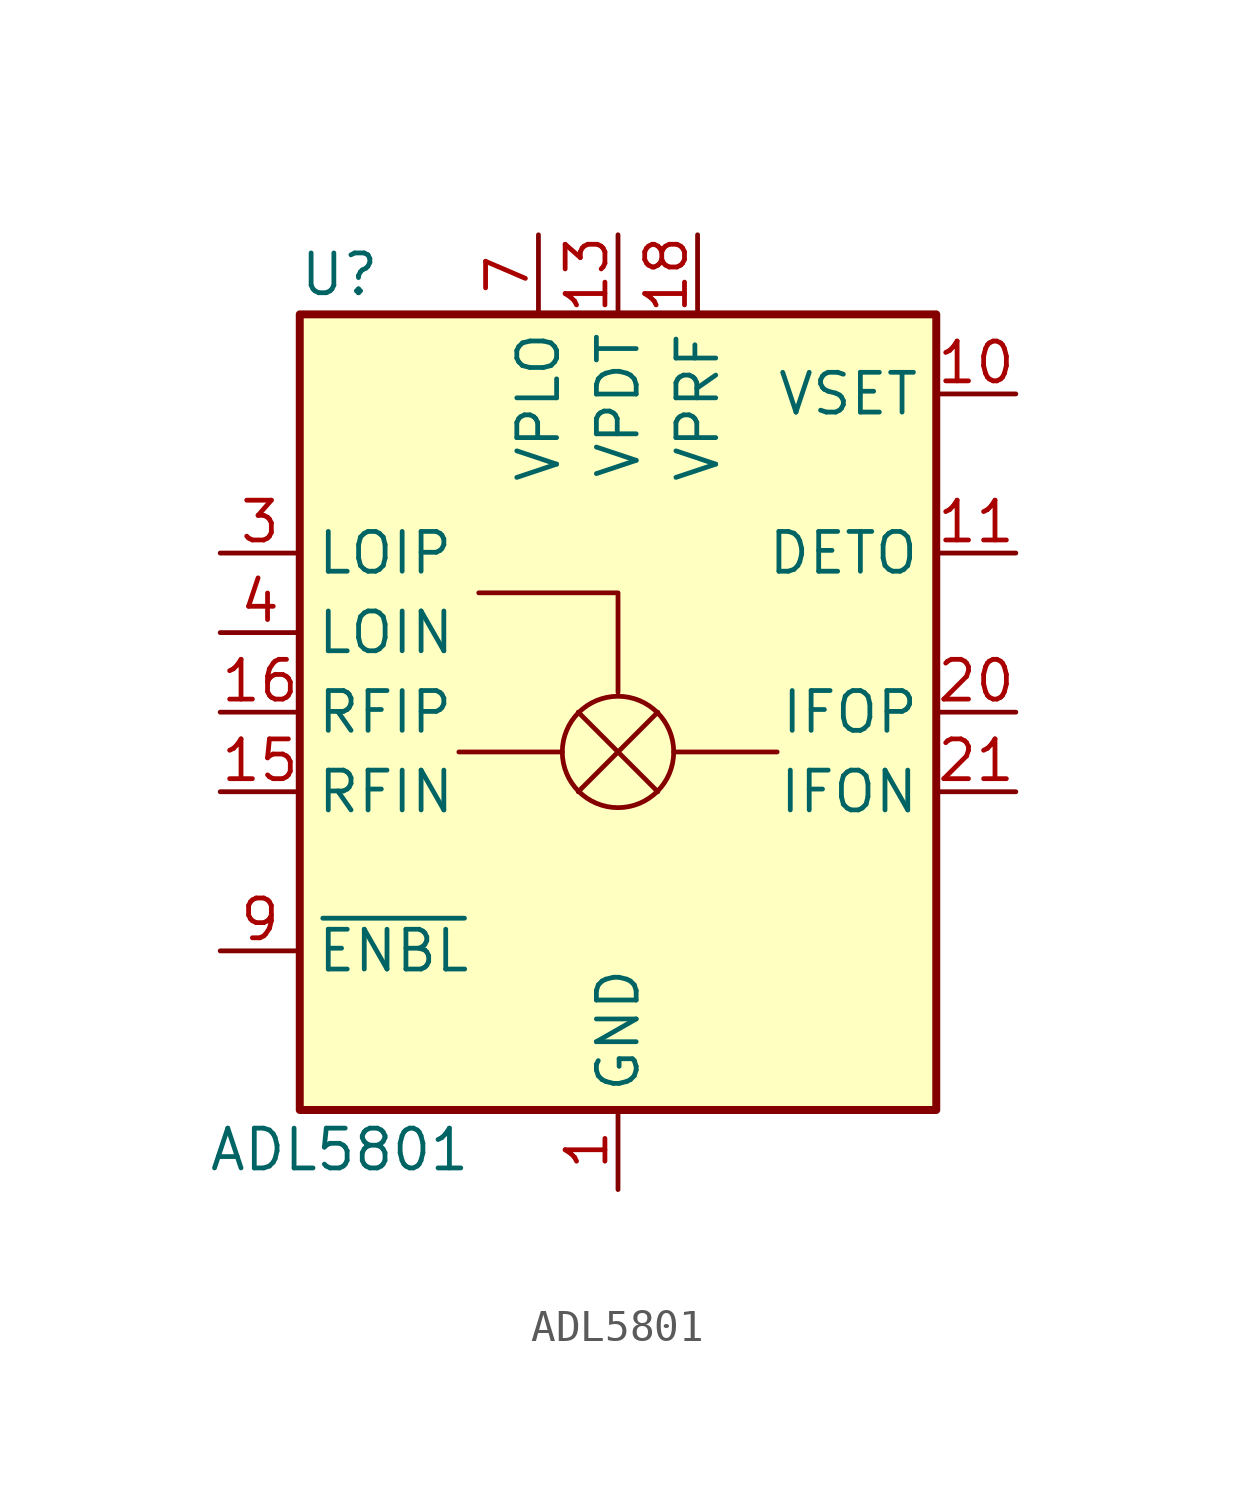
<source format=kicad_sym>
(kicad_symbol_lib
  (version 20201005)
  (generator kicad_symbol_editor)
  (symbol "ADL5801"
    (property "Reference" "U"
      (at -8.89 13.97 0)
      (effects (font (size 1.27 1.27))))
    (property "Value" "ADL5801"
      (at -8.89 -13.97 0)
      (effects (font (size 1.27 1.27))))
    (symbol "ADL5801_0_1"
      (rectangle (start -10.16 12.7) (end 10.16 -12.7) (stroke (width 0.254)) (fill (type background)))
      (polyline (pts (xy -4.445 3.81) (xy 0 3.81) (xy 0 0.635)) (stroke (width 0)) (fill (type none))))
    (symbol "ADL5801_1_1"
      (circle (center 0 -1.27) (radius 1.778) (stroke (width 0)) (fill (type none)))
      (polyline (pts (xy -1.778 -1.27) (xy -5.08 -1.27)) (stroke (width 0)) (fill (type none)))
      (polyline (pts (xy -1.27 -2.54) (xy 1.27 0)) (stroke (width 0)) (fill (type none)))
      (polyline (pts (xy -1.27 0) (xy 1.27 -2.54)) (stroke (width 0)) (fill (type none)))
      (polyline (pts (xy 1.778 -1.27) (xy 5.08 -1.27)) (stroke (width 0)) (fill (type none)))
      (pin power_in line (at 0 -15.24 90) (length 2.54) (name "GND" (effects (font (size 1.27 1.27)))) (number "1" (effects (font (size 1.27 1.27)))))
      (pin input line (at 12.7 10.16 180) (length 2.54) (name "VSET" (effects (font (size 1.27 1.27)))) (number "10" (effects (font (size 1.27 1.27)))))
      (pin output line (at 12.7 5.08 180) (length 2.54) (name "DETO" (effects (font (size 1.27 1.27)))) (number "11" (effects (font (size 1.27 1.27)))))
      (pin passive line (at 0 -15.24 90) (length 2.54) hide (name "GND" (effects (font (size 1.27 1.27)))) (number "12" (effects (font (size 1.27 1.27)))))
      (pin power_in line (at 0 15.24 270) (length 2.54) (name "VPDT" (effects (font (size 1.27 1.27)))) (number "13" (effects (font (size 1.27 1.27)))))
      (pin passive line (at 0 -15.24 90) (length 2.54) hide (name "GND" (effects (font (size 1.27 1.27)))) (number "14" (effects (font (size 1.27 1.27)))))
      (pin input line (at -12.7 -2.54 0) (length 2.54) (name "RFIN" (effects (font (size 1.27 1.27)))) (number "15" (effects (font (size 1.27 1.27)))))
      (pin input line (at -12.7 0 0) (length 2.54) (name "RFIP" (effects (font (size 1.27 1.27)))) (number "16" (effects (font (size 1.27 1.27)))))
      (pin passive line (at 0 -15.24 90) (length 2.54) hide (name "GND" (effects (font (size 1.27 1.27)))) (number "17" (effects (font (size 1.27 1.27)))))
      (pin power_in line (at 2.54 15.24 270) (length 2.54) (name "VPRF" (effects (font (size 1.27 1.27)))) (number "18" (effects (font (size 1.27 1.27)))))
      (pin passive line (at 0 -15.24 90) (length 2.54) hide (name "GND" (effects (font (size 1.27 1.27)))) (number "19" (effects (font (size 1.27 1.27)))))
      (pin passive line (at 0 -15.24 90) (length 2.54) hide (name "GND" (effects (font (size 1.27 1.27)))) (number "2" (effects (font (size 1.27 1.27)))))
      (pin output line (at 12.7 0 180) (length 2.54) (name "IFOP" (effects (font (size 1.27 1.27)))) (number "20" (effects (font (size 1.27 1.27)))))
      (pin output line (at 12.7 -2.54 180) (length 2.54) (name "IFON" (effects (font (size 1.27 1.27)))) (number "21" (effects (font (size 1.27 1.27)))))
      (pin no_connect line (at 10.16 -7.62 180) (length 2.54) hide (name "NC" (effects (font (size 1.27 1.27)))) (number "22" (effects (font (size 1.27 1.27)))))
      (pin passive line (at 0 -15.24 90) (length 2.54) hide (name "GND" (effects (font (size 1.27 1.27)))) (number "23" (effects (font (size 1.27 1.27)))))
      (pin passive line (at -2.54 15.24 270) (length 2.54) hide (name "VPLO" (effects (font (size 1.27 1.27)))) (number "24" (effects (font (size 1.27 1.27)))))
      (pin passive line (at 0 -15.24 90) (length 2.54) hide (name "GND" (effects (font (size 1.27 1.27)))) (number "25" (effects (font (size 1.27 1.27)))))
      (pin input line (at -12.7 5.08 0) (length 2.54) (name "LOIP" (effects (font (size 1.27 1.27)))) (number "3" (effects (font (size 1.27 1.27)))))
      (pin input line (at -12.7 2.54 0) (length 2.54) (name "LOIN" (effects (font (size 1.27 1.27)))) (number "4" (effects (font (size 1.27 1.27)))))
      (pin passive line (at 0 -15.24 90) (length 2.54) hide (name "GND" (effects (font (size 1.27 1.27)))) (number "5" (effects (font (size 1.27 1.27)))))
      (pin passive line (at 0 -15.24 90) (length 2.54) hide (name "GND" (effects (font (size 1.27 1.27)))) (number "6" (effects (font (size 1.27 1.27)))))
      (pin power_in line (at -2.54 15.24 270) (length 2.54) (name "VPLO" (effects (font (size 1.27 1.27)))) (number "7" (effects (font (size 1.27 1.27)))))
      (pin passive line (at 0 -15.24 90) (length 2.54) hide (name "GND" (effects (font (size 1.27 1.27)))) (number "8" (effects (font (size 1.27 1.27)))))
      (pin input line (at -12.7 -7.62 0) (length 2.54) (name "~ENBL" (effects (font (size 1.27 1.27)))) (number "9" (effects (font (size 1.27 1.27))))))))
</source>
